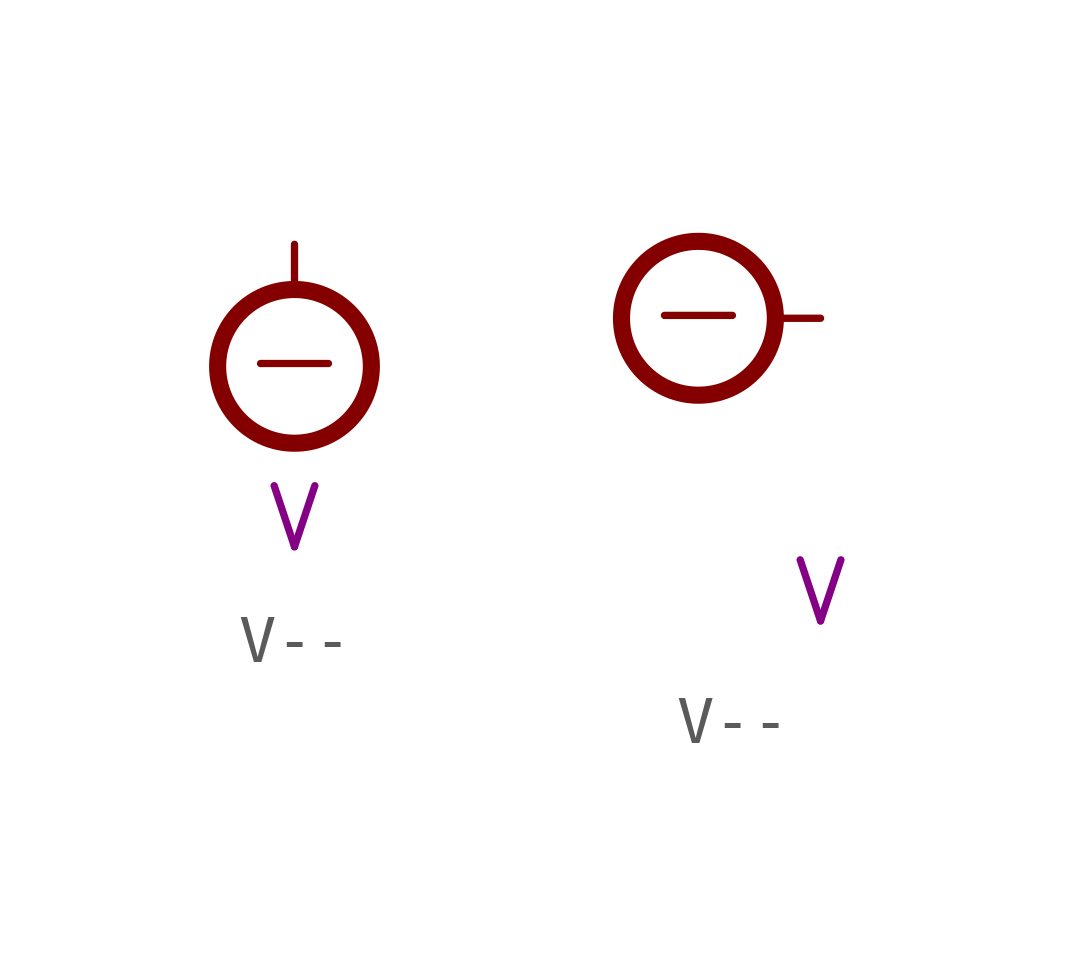
<source format=kicad_sym>
(kicad_symbol_lib
  (version 20211014)
  (generator kicad_symbol_editor)
  (symbol "V--"
    (power)
    (pin_numbers hide)
    (pin_names
      (offset 1.27) hide)
    (property "Reference" "#PWR"
      (at 5.08 0 0)
      (effects (font (size 1.27 1.27)) (justify left) hide))
    (property "Voltage" "V"
      (at 0 -5.715 0)
      (effects (font (size 1.27 1.27))))
    (symbol "V--_1_0"
      (pin power_in line (at 0 0 0) (length 0) hide (name "-" (effects (font (size 1.27 1.27)))) (number "0" (effects (font (size 0 0))))))
    (symbol "V--_1_1"
      (circle (center 0 -2.54) (radius 1.6) (stroke (width 0.356) (type default) (color 0 0 0 0)) (fill (type none)))
      (polyline (pts (xy 0 -0.889) (xy 0 0)) (stroke (width 0) (type default) (color 0 0 0 0)) (fill (type none)))
      (text "-" (at 0 -2.337 0) (effects (font (size 1.854 1.854)))))
    (symbol "V--_1_2"
      (circle (center -2.54 0) (radius 1.6) (stroke (width 0.356) (type default) (color 0 0 0 0)) (fill (type none)))
      (polyline (pts (xy -0.889 0) (xy 0 0)) (stroke (width 0) (type default) (color 0 0 0 0)) (fill (type none)))
      (text "-" (at -2.54 0.203 0) (effects (font (size 1.854 1.854)))))))
</source>
